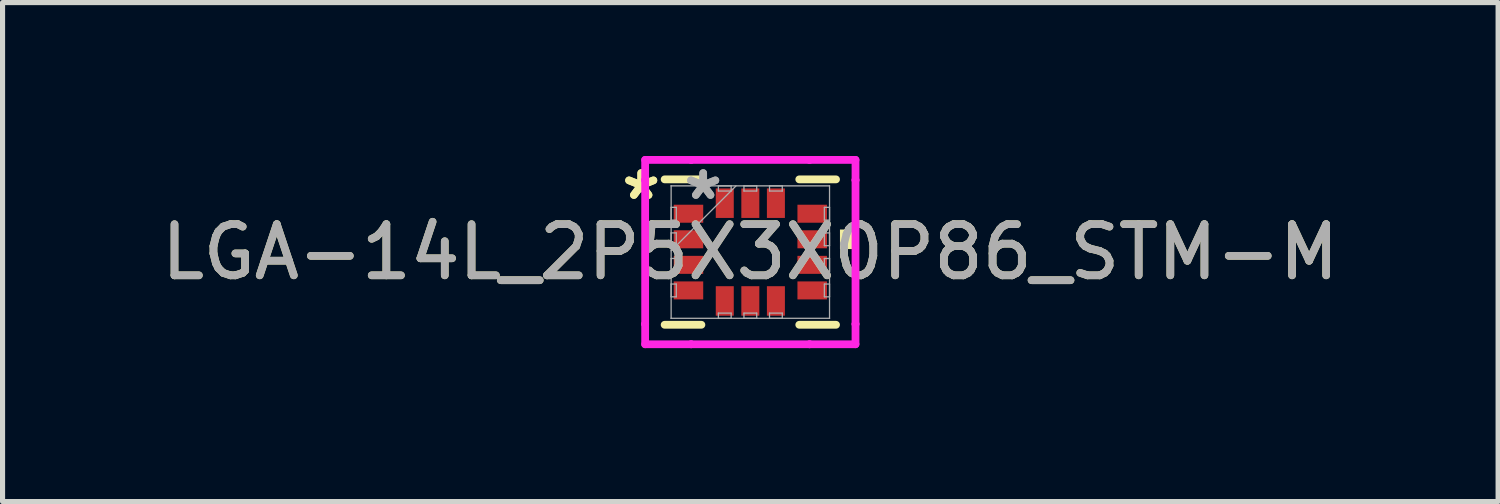
<source format=kicad_pcb>
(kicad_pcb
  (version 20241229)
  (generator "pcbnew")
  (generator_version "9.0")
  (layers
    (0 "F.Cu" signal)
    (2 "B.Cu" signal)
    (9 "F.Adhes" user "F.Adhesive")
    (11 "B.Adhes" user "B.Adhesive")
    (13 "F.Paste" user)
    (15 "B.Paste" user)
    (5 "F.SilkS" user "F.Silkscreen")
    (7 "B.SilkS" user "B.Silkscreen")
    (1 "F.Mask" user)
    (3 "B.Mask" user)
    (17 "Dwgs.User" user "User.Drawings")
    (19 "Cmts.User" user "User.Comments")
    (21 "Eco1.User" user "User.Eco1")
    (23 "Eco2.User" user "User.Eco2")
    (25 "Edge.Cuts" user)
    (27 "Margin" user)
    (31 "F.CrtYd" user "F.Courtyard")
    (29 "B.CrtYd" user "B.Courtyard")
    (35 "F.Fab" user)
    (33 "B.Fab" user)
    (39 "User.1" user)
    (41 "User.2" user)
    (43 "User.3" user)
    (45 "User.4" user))
  (footprint "LGA-14L_2P5X3X0P86_STM-M"
    (layer "F.Cu")
    (at 11.625 1.88)
    (property "Reference" "LGA-14L_2P5X3X0P86_STM-M" (at 0 0 0) (unlocked yes) (layer "F.SilkS") (effects (font (size 1 1) (thickness 0.15))))
    (attr smd)
    (fp_line (start -1.676 1.422) (end -0.957 1.422) (stroke (width 0.152) (type solid)) (layer "F.SilkS"))
    (fp_line (start -0.957 -1.422) (end -1.676 -1.422) (stroke (width 0.152) (type solid)) (layer "F.SilkS"))
    (fp_line (start 0.957 1.422) (end 1.676 1.422) (stroke (width 0.152) (type solid)) (layer "F.SilkS"))
    (fp_line (start 1.676 -1.422) (end 0.957 -1.422) (stroke (width 0.152) (type solid)) (layer "F.SilkS"))
    (fp_poly (pts (xy 2.007 -0.441) (xy 2.007 -0.059) (xy 1.753 -0.059) (xy 1.753 -0.441)) (stroke (width 0) (type solid)) (fill yes) (layer "F.SilkS"))
    (fp_line (start -2.057 -1.803) (end -1.158 -1.803) (stroke (width 0.152) (type solid)) (layer "F.CrtYd"))
    (fp_line (start -2.057 -1.408) (end -2.057 -1.803) (stroke (width 0.152) (type solid)) (layer "F.CrtYd"))
    (fp_line (start -2.057 -1.408) (end -2.057 -1.408) (stroke (width 0.152) (type solid)) (layer "F.CrtYd"))
    (fp_line (start -2.057 1.408) (end -2.057 -1.408) (stroke (width 0.152) (type solid)) (layer "F.CrtYd"))
    (fp_line (start -2.057 1.408) (end -2.057 1.408) (stroke (width 0.152) (type solid)) (layer "F.CrtYd"))
    (fp_line (start -2.057 1.803) (end -2.057 1.408) (stroke (width 0.152) (type solid)) (layer "F.CrtYd"))
    (fp_line (start -1.158 -1.803) (end -1.158 -1.803) (stroke (width 0.152) (type solid)) (layer "F.CrtYd"))
    (fp_line (start -1.158 -1.803) (end 1.158 -1.803) (stroke (width 0.152) (type solid)) (layer "F.CrtYd"))
    (fp_line (start -1.158 1.803) (end -2.057 1.803) (stroke (width 0.152) (type solid)) (layer "F.CrtYd"))
    (fp_line (start -1.158 1.803) (end -1.158 1.803) (stroke (width 0.152) (type solid)) (layer "F.CrtYd"))
    (fp_line (start 1.158 -1.803) (end 1.158 -1.803) (stroke (width 0.152) (type solid)) (layer "F.CrtYd"))
    (fp_line (start 1.158 -1.803) (end 2.057 -1.803) (stroke (width 0.152) (type solid)) (layer "F.CrtYd"))
    (fp_line (start 1.158 1.803) (end -1.158 1.803) (stroke (width 0.152) (type solid)) (layer "F.CrtYd"))
    (fp_line (start 1.158 1.803) (end 1.158 1.803) (stroke (width 0.152) (type solid)) (layer "F.CrtYd"))
    (fp_line (start 2.057 -1.803) (end 2.057 -1.408) (stroke (width 0.152) (type solid)) (layer "F.CrtYd"))
    (fp_line (start 2.057 -1.408) (end 2.057 -1.408) (stroke (width 0.152) (type solid)) (layer "F.CrtYd"))
    (fp_line (start 2.057 -1.408) (end 2.057 1.408) (stroke (width 0.152) (type solid)) (layer "F.CrtYd"))
    (fp_line (start 2.057 1.408) (end 2.057 1.408) (stroke (width 0.152) (type solid)) (layer "F.CrtYd"))
    (fp_line (start 2.057 1.408) (end 2.057 1.803) (stroke (width 0.152) (type solid)) (layer "F.CrtYd"))
    (fp_line (start 2.057 1.803) (end 1.158 1.803) (stroke (width 0.152) (type solid)) (layer "F.CrtYd"))
    (fp_line (start -1.549 -1.295) (end -1.549 -1.295) (stroke (width 0.025) (type solid)) (layer "F.Fab"))
    (fp_line (start -1.549 -1.295) (end -1.549 1.295) (stroke (width 0.025) (type solid)) (layer "F.Fab"))
    (fp_line (start -1.549 -0.875) (end -1.448 -0.875) (stroke (width 0.025) (type solid)) (layer "F.Fab"))
    (fp_line (start -1.549 -0.625) (end -1.549 -0.875) (stroke (width 0.025) (type solid)) (layer "F.Fab"))
    (fp_line (start -1.549 -0.375) (end -1.448 -0.375) (stroke (width 0.025) (type solid)) (layer "F.Fab"))
    (fp_line (start -1.549 -0.125) (end -1.549 -0.375) (stroke (width 0.025) (type solid)) (layer "F.Fab"))
    (fp_line (start -1.549 -0.025) (end -0.279 -1.295) (stroke (width 0.025) (type solid)) (layer "F.Fab"))
    (fp_line (start -1.549 0.125) (end -1.448 0.125) (stroke (width 0.025) (type solid)) (layer "F.Fab"))
    (fp_line (start -1.549 0.375) (end -1.549 0.125) (stroke (width 0.025) (type solid)) (layer "F.Fab"))
    (fp_line (start -1.549 0.625) (end -1.448 0.625) (stroke (width 0.025) (type solid)) (layer "F.Fab"))
    (fp_line (start -1.549 0.875) (end -1.549 0.625) (stroke (width 0.025) (type solid)) (layer "F.Fab"))
    (fp_line (start -1.549 1.295) (end -1.549 1.295) (stroke (width 0.025) (type solid)) (layer "F.Fab"))
    (fp_line (start -1.549 1.295) (end 1.549 1.295) (stroke (width 0.025) (type solid)) (layer "F.Fab"))
    (fp_line (start -1.448 -0.875) (end -1.448 -0.625) (stroke (width 0.025) (type solid)) (layer "F.Fab"))
    (fp_line (start -1.448 -0.625) (end -1.549 -0.625) (stroke (width 0.025) (type solid)) (layer "F.Fab"))
    (fp_line (start -1.448 -0.375) (end -1.448 -0.125) (stroke (width 0.025) (type solid)) (layer "F.Fab"))
    (fp_line (start -1.448 -0.125) (end -1.549 -0.125) (stroke (width 0.025) (type solid)) (layer "F.Fab"))
    (fp_line (start -1.448 0.125) (end -1.448 0.375) (stroke (width 0.025) (type solid)) (layer "F.Fab"))
    (fp_line (start -1.448 0.375) (end -1.549 0.375) (stroke (width 0.025) (type solid)) (layer "F.Fab"))
    (fp_line (start -1.448 0.625) (end -1.448 0.875) (stroke (width 0.025) (type solid)) (layer "F.Fab"))
    (fp_line (start -1.448 0.875) (end -1.549 0.875) (stroke (width 0.025) (type solid)) (layer "F.Fab"))
    (fp_line (start -0.625 -1.295) (end -0.375 -1.295) (stroke (width 0.025) (type solid)) (layer "F.Fab"))
    (fp_line (start -0.625 -1.194) (end -0.625 -1.295) (stroke (width 0.025) (type solid)) (layer "F.Fab"))
    (fp_line (start -0.625 1.194) (end -0.375 1.194) (stroke (width 0.025) (type solid)) (layer "F.Fab"))
    (fp_line (start -0.625 1.295) (end -0.625 1.194) (stroke (width 0.025) (type solid)) (layer "F.Fab"))
    (fp_line (start -0.375 -1.295) (end -0.375 -1.194) (stroke (width 0.025) (type solid)) (layer "F.Fab"))
    (fp_line (start -0.375 -1.194) (end -0.625 -1.194) (stroke (width 0.025) (type solid)) (layer "F.Fab"))
    (fp_line (start -0.375 1.194) (end -0.375 1.295) (stroke (width 0.025) (type solid)) (layer "F.Fab"))
    (fp_line (start -0.375 1.295) (end -0.625 1.295) (stroke (width 0.025) (type solid)) (layer "F.Fab"))
    (fp_line (start -0.125 -1.295) (end 0.125 -1.295) (stroke (width 0.025) (type solid)) (layer "F.Fab"))
    (fp_line (start -0.125 -1.194) (end -0.125 -1.295) (stroke (width 0.025) (type solid)) (layer "F.Fab"))
    (fp_line (start -0.125 1.194) (end 0.125 1.194) (stroke (width 0.025) (type solid)) (layer "F.Fab"))
    (fp_line (start -0.125 1.295) (end -0.125 1.194) (stroke (width 0.025) (type solid)) (layer "F.Fab"))
    (fp_line (start 0.125 -1.295) (end 0.125 -1.194) (stroke (width 0.025) (type solid)) (layer "F.Fab"))
    (fp_line (start 0.125 -1.194) (end -0.125 -1.194) (stroke (width 0.025) (type solid)) (layer "F.Fab"))
    (fp_line (start 0.125 1.194) (end 0.125 1.295) (stroke (width 0.025) (type solid)) (layer "F.Fab"))
    (fp_line (start 0.125 1.295) (end -0.125 1.295) (stroke (width 0.025) (type solid)) (layer "F.Fab"))
    (fp_line (start 0.375 -1.295) (end 0.625 -1.295) (stroke (width 0.025) (type solid)) (layer "F.Fab"))
    (fp_line (start 0.375 -1.194) (end 0.375 -1.295) (stroke (width 0.025) (type solid)) (layer "F.Fab"))
    (fp_line (start 0.375 1.194) (end 0.625 1.194) (stroke (width 0.025) (type solid)) (layer "F.Fab"))
    (fp_line (start 0.375 1.295) (end 0.375 1.194) (stroke (width 0.025) (type solid)) (layer "F.Fab"))
    (fp_line (start 0.625 -1.295) (end 0.625 -1.194) (stroke (width 0.025) (type solid)) (layer "F.Fab"))
    (fp_line (start 0.625 -1.194) (end 0.375 -1.194) (stroke (width 0.025) (type solid)) (layer "F.Fab"))
    (fp_line (start 0.625 1.194) (end 0.625 1.295) (stroke (width 0.025) (type solid)) (layer "F.Fab"))
    (fp_line (start 0.625 1.295) (end 0.375 1.295) (stroke (width 0.025) (type solid)) (layer "F.Fab"))
    (fp_line (start 1.448 -0.875) (end 1.549 -0.875) (stroke (width 0.025) (type solid)) (layer "F.Fab"))
    (fp_line (start 1.448 -0.625) (end 1.448 -0.875) (stroke (width 0.025) (type solid)) (layer "F.Fab"))
    (fp_line (start 1.448 -0.375) (end 1.549 -0.375) (stroke (width 0.025) (type solid)) (layer "F.Fab"))
    (fp_line (start 1.448 -0.125) (end 1.448 -0.375) (stroke (width 0.025) (type solid)) (layer "F.Fab"))
    (fp_line (start 1.448 0.125) (end 1.549 0.125) (stroke (width 0.025) (type solid)) (layer "F.Fab"))
    (fp_line (start 1.448 0.375) (end 1.448 0.125) (stroke (width 0.025) (type solid)) (layer "F.Fab"))
    (fp_line (start 1.448 0.625) (end 1.549 0.625) (stroke (width 0.025) (type solid)) (layer "F.Fab"))
    (fp_line (start 1.448 0.875) (end 1.448 0.625) (stroke (width 0.025) (type solid)) (layer "F.Fab"))
    (fp_line (start 1.549 -1.295) (end -1.549 -1.295) (stroke (width 0.025) (type solid)) (layer "F.Fab"))
    (fp_line (start 1.549 -1.295) (end 1.549 -1.295) (stroke (width 0.025) (type solid)) (layer "F.Fab"))
    (fp_line (start 1.549 -0.875) (end 1.549 -0.625) (stroke (width 0.025) (type solid)) (layer "F.Fab"))
    (fp_line (start 1.549 -0.625) (end 1.448 -0.625) (stroke (width 0.025) (type solid)) (layer "F.Fab"))
    (fp_line (start 1.549 -0.375) (end 1.549 -0.125) (stroke (width 0.025) (type solid)) (layer "F.Fab"))
    (fp_line (start 1.549 -0.125) (end 1.448 -0.125) (stroke (width 0.025) (type solid)) (layer "F.Fab"))
    (fp_line (start 1.549 0.125) (end 1.549 0.375) (stroke (width 0.025) (type solid)) (layer "F.Fab"))
    (fp_line (start 1.549 0.375) (end 1.448 0.375) (stroke (width 0.025) (type solid)) (layer "F.Fab"))
    (fp_line (start 1.549 0.625) (end 1.549 0.875) (stroke (width 0.025) (type solid)) (layer "F.Fab"))
    (fp_line (start 1.549 0.875) (end 1.448 0.875) (stroke (width 0.025) (type solid)) (layer "F.Fab"))
    (fp_line (start 1.549 1.295) (end 1.549 -1.295) (stroke (width 0.025) (type solid)) (layer "F.Fab"))
    (fp_line (start 1.549 1.295) (end 1.549 1.295) (stroke (width 0.025) (type solid)) (layer "F.Fab"))
    (fp_text user "*" (at -2.134 -1 0) (layer "F.SilkS") (effects (font (size 1 1) (thickness 0.15))))
    (fp_text user "*" (at -2.134 -1 0) (unlocked yes) (layer "F.SilkS") (effects (font (size 1 1) (thickness 0.15))))
    (fp_text user "*" (at -0.922 -1 0) (layer "F.Fab") (effects (font (size 1 1) (thickness 0.15))))
    (fp_text user "*" (at -0.922 -1 0) (unlocked yes) (layer "F.Fab") (effects (font (size 1 1) (thickness 0.15))))
    (fp_text user "${REFERENCE}" (at 0 0 0) (unlocked yes) (layer "F.Fab") (effects (font (size 1 1) (thickness 0.15))))
    (pad "1" smd rect (at -1.21 -0.75 90) (size 0.352 0.577) (layers "F.Cu" "F.Mask" "F.Paste"))
    (pad "2" smd rect (at -1.21 -0.25 90) (size 0.352 0.577) (layers "F.Cu" "F.Mask" "F.Paste"))
    (pad "3" smd rect (at -1.21 0.25 90) (size 0.352 0.577) (layers "F.Cu" "F.Mask" "F.Paste"))
    (pad "4" smd rect (at -1.21 0.75 90) (size 0.352 0.577) (layers "F.Cu" "F.Mask" "F.Paste"))
    (pad "5" smd rect (at -0.5 0.956) (size 0.352 0.577) (layers "F.Cu" "F.Mask" "F.Paste"))
    (pad "6" smd rect (at 0 0.956) (size 0.352 0.577) (layers "F.Cu" "F.Mask" "F.Paste"))
    (pad "7" smd rect (at 0.5 0.956) (size 0.352 0.577) (layers "F.Cu" "F.Mask" "F.Paste"))
    (pad "8" smd rect (at 1.21 0.75 90) (size 0.352 0.577) (layers "F.Cu" "F.Mask" "F.Paste"))
    (pad "9" smd rect (at 1.21 0.25 90) (size 0.352 0.577) (layers "F.Cu" "F.Mask" "F.Paste"))
    (pad "10" smd rect (at 1.21 -0.25 90) (size 0.352 0.577) (layers "F.Cu" "F.Mask" "F.Paste"))
    (pad "11" smd rect (at 1.21 -0.75 90) (size 0.352 0.577) (layers "F.Cu" "F.Mask" "F.Paste"))
    (pad "12" smd rect (at 0.5 -0.956) (size 0.352 0.577) (layers "F.Cu" "F.Mask" "F.Paste"))
    (pad "13" smd rect (at 0 -0.956) (size 0.352 0.577) (layers "F.Cu" "F.Mask" "F.Paste"))
    (pad "14" smd rect (at -0.5 -0.956) (size 0.352 0.577) (layers "F.Cu" "F.Mask" "F.Paste")))
  (gr_rect
    (start -3 -3)
    (end 26.25 6.759)
    (stroke (width 0.1) (type default))
    (fill no)
    (layer "Edge.Cuts")))
</source>
